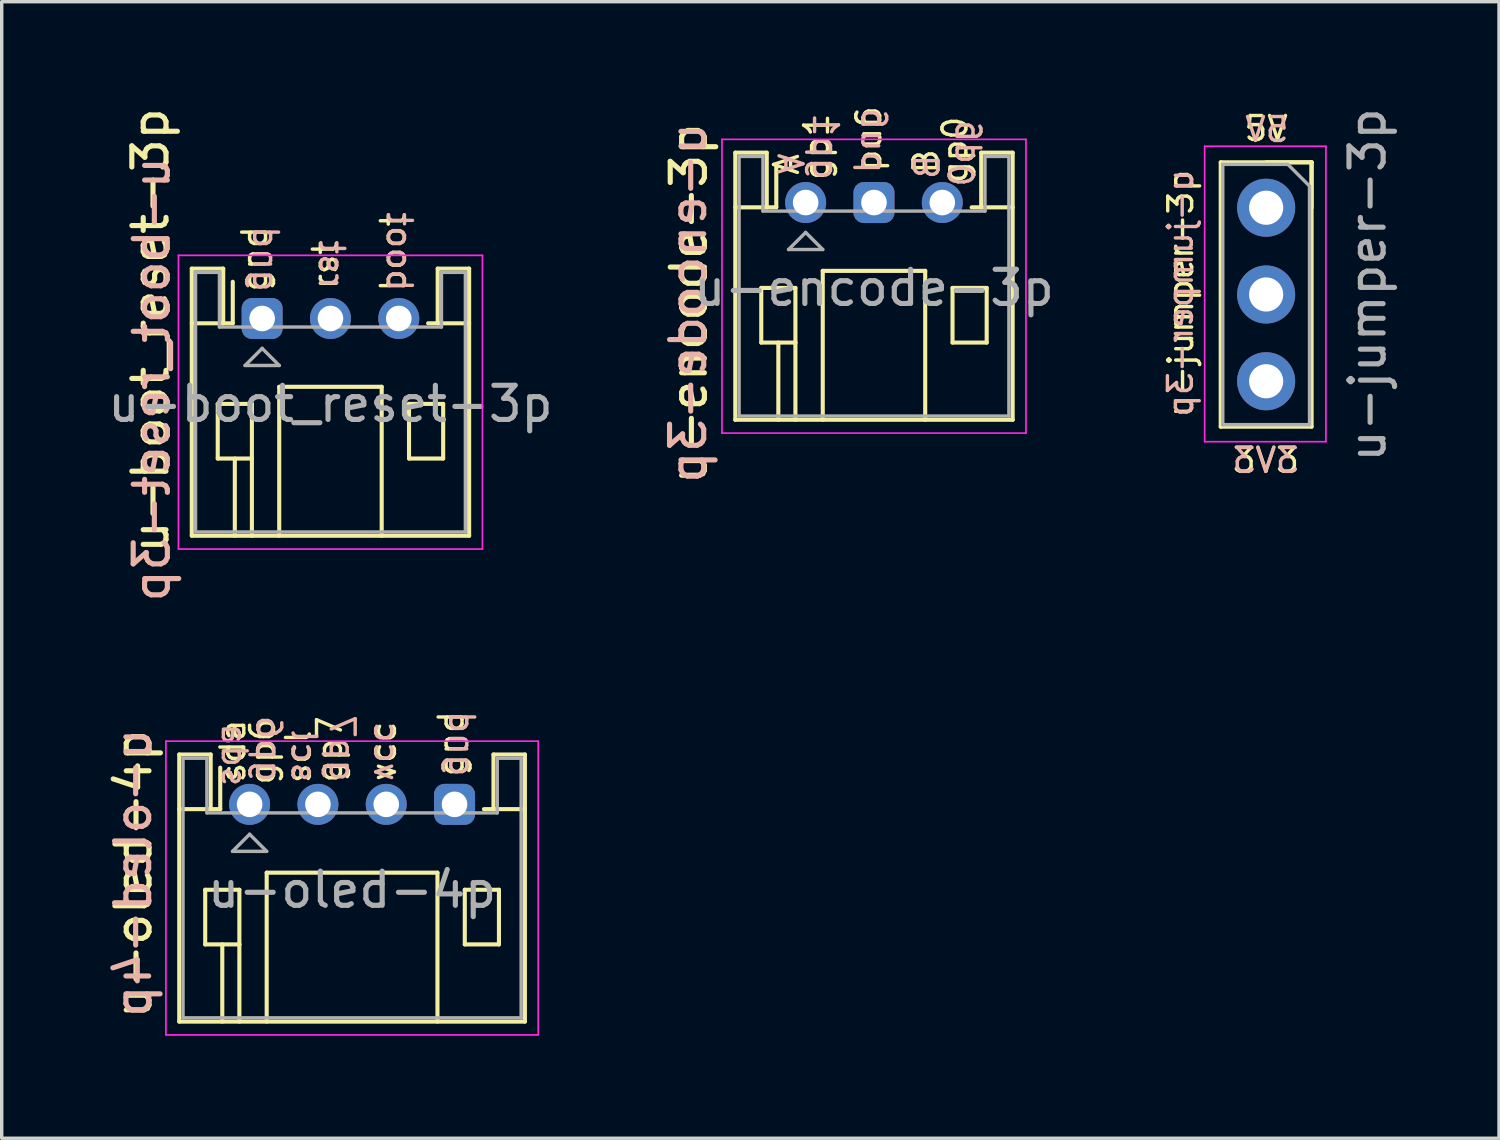
<source format=kicad_pcb>
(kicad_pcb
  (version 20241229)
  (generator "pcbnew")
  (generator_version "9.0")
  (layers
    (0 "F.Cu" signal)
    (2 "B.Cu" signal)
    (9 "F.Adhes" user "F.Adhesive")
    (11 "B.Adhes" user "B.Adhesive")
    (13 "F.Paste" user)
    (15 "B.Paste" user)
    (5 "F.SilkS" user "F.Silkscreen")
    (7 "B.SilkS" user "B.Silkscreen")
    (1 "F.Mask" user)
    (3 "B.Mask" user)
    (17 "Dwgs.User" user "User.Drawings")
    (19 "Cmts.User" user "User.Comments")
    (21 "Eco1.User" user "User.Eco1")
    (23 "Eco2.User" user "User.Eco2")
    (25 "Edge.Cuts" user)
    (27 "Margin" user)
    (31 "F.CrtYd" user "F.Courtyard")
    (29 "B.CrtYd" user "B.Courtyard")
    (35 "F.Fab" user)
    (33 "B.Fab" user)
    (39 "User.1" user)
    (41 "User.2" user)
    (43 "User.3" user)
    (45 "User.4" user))
  (footprint "u-jumper-3p"
    (layer "F.Cu")
    (at 34.02 3.032)
    (property "Reference" "u-jumper-3p" (at -2.5 2.51 270) (layer "F.SilkS") (effects (font (size 0.7 0.7) (thickness 0.1))))
    (attr through_hole)
    (fp_line (start -1.33 -1.33) (end -1.33 6.41) (stroke (width 0.12) (type solid)) (layer "F.SilkS"))
    (fp_line (start -1.33 -1.33) (end 1.33 -1.33) (stroke (width 0.12) (type solid)) (layer "F.SilkS"))
    (fp_line (start -1.33 6.41) (end 1.33 6.41) (stroke (width 0.12) (type solid)) (layer "F.SilkS"))
    (fp_line (start 0 -1.33) (end 1.33 -1.33) (stroke (width 0.12) (type solid)) (layer "F.SilkS"))
    (fp_line (start 1.33 -1.33) (end 1.33 0) (stroke (width 0.12) (type solid)) (layer "F.SilkS"))
    (fp_line (start 1.33 -1.33) (end 1.33 6.41) (stroke (width 0.12) (type solid)) (layer "F.SilkS"))
    (fp_line (start -1.8 -1.8) (end 1.75 -1.8) (stroke (width 0.05) (type solid)) (layer "F.CrtYd"))
    (fp_line (start -1.8 6.85) (end -1.8 -1.8) (stroke (width 0.05) (type solid)) (layer "F.CrtYd"))
    (fp_line (start 1.75 -1.8) (end 1.75 6.85) (stroke (width 0.05) (type solid)) (layer "F.CrtYd"))
    (fp_line (start 1.75 6.85) (end -1.8 6.85) (stroke (width 0.05) (type solid)) (layer "F.CrtYd"))
    (fp_line (start -1.27 -1.27) (end 0.635 -1.27) (stroke (width 0.1) (type solid)) (layer "F.Fab"))
    (fp_line (start -1.27 6.35) (end -1.27 -1.27) (stroke (width 0.1) (type solid)) (layer "F.Fab"))
    (fp_line (start 0.635 -1.27) (end 1.27 -0.635) (stroke (width 0.1) (type solid)) (layer "F.Fab"))
    (fp_line (start 1.27 -0.635) (end 1.27 6.35) (stroke (width 0.1) (type solid)) (layer "F.Fab"))
    (fp_line (start 1.27 6.35) (end -1.27 6.35) (stroke (width 0.1) (type solid)) (layer "F.Fab"))
    (fp_text user "3V3" (at -1.04 7.8 0) (unlocked yes) (layer "F.SilkS") (effects (font (size 0.7 0.7) (thickness 0.1)) (justify left bottom)))
    (fp_text user "5V" (at -0.7 -1.91 0) (unlocked yes) (layer "F.SilkS") (effects (font (size 0.7 0.7) (thickness 0.1)) (justify left bottom)))
    (fp_text user "3V3" (at 1.02 7.81 0) (unlocked yes) (layer "B.SilkS") (effects (font (size 0.7 0.7) (thickness 0.1)) (justify left bottom mirror)))
    (fp_text user "${REFERENCE}" (at -2.51 2.5 90) (layer "B.SilkS") (effects (font (size 0.7 0.7) (thickness 0.1)) (justify mirror)))
    (fp_text user "5V" (at 0.72 -1.88 0) (unlocked yes) (layer "B.SilkS") (effects (font (size 0.7 0.7) (thickness 0.1)) (justify left bottom mirror)))
    (fp_text user "${REFERENCE}" (at 2.97 2.26 270) (layer "F.Fab") (effects (font (size 1 1) (thickness 0.15))))
    (pad "1" thru_hole circle (at 0 0) (size 1.7 1.7) (drill 1) (layers "*.Cu" "*.Mask"))
    (pad "2" thru_hole oval (at 0 2.54) (size 1.7 1.7) (drill 1) (layers "*.Cu" "*.Mask"))
    (pad "3" thru_hole oval (at 0 5.08) (size 1.7 1.7) (drill 1) (layers "*.Cu" "*.Mask")))
  (footprint "u-oled-4p"
    (layer "F.Cu")
    (at 4.258 20.5)
    (property "Reference" "u-oled-4p" (at -3.4 2.04 90) (layer "F.SilkS") (effects (font (size 1 1) (thickness 0.15))))
    (attr through_hole)
    (fp_line (start -2.06 -1.46) (end -2.06 6.36) (stroke (width 0.12) (type solid)) (layer "F.SilkS"))
    (fp_line (start -2.06 0.14) (end -1.14 0.14) (stroke (width 0.12) (type solid)) (layer "F.SilkS"))
    (fp_line (start -2.06 6.36) (end 8.06 6.36) (stroke (width 0.12) (type solid)) (layer "F.SilkS"))
    (fp_line (start -1.3 2.5) (end -1.3 4.1) (stroke (width 0.12) (type solid)) (layer "F.SilkS"))
    (fp_line (start -1.3 4.1) (end -0.3 4.1) (stroke (width 0.12) (type solid)) (layer "F.SilkS"))
    (fp_line (start -1.14 -1.46) (end -2.06 -1.46) (stroke (width 0.12) (type solid)) (layer "F.SilkS"))
    (fp_line (start -1.14 0.14) (end -1.14 -1.46) (stroke (width 0.12) (type solid)) (layer "F.SilkS"))
    (fp_line (start -0.86 0.14) (end -1.14 0.14) (stroke (width 0.12) (type solid)) (layer "F.SilkS"))
    (fp_line (start -0.86 0.14) (end -0.86 -1.075) (stroke (width 0.12) (type solid)) (layer "F.SilkS"))
    (fp_line (start -0.8 4.1) (end -0.8 6.36) (stroke (width 0.12) (type solid)) (layer "F.SilkS"))
    (fp_line (start -0.3 2.5) (end -1.3 2.5) (stroke (width 0.12) (type solid)) (layer "F.SilkS"))
    (fp_line (start -0.3 4.1) (end -0.3 2.5) (stroke (width 0.12) (type solid)) (layer "F.SilkS"))
    (fp_line (start -0.3 4.1) (end -0.3 6.36) (stroke (width 0.12) (type solid)) (layer "F.SilkS"))
    (fp_line (start 0.5 2) (end 5.5 2) (stroke (width 0.12) (type solid)) (layer "F.SilkS"))
    (fp_line (start 0.5 6.36) (end 0.5 2) (stroke (width 0.12) (type solid)) (layer "F.SilkS"))
    (fp_line (start 5.5 2) (end 5.5 6.36) (stroke (width 0.12) (type solid)) (layer "F.SilkS"))
    (fp_line (start 6.3 2.5) (end 7.3 2.5) (stroke (width 0.12) (type solid)) (layer "F.SilkS"))
    (fp_line (start 6.3 4.1) (end 6.3 2.5) (stroke (width 0.12) (type solid)) (layer "F.SilkS"))
    (fp_line (start 7.14 -1.46) (end 7.14 0.14) (stroke (width 0.12) (type solid)) (layer "F.SilkS"))
    (fp_line (start 7.14 0.14) (end 6.86 0.14) (stroke (width 0.12) (type solid)) (layer "F.SilkS"))
    (fp_line (start 7.3 2.5) (end 7.3 4.1) (stroke (width 0.12) (type solid)) (layer "F.SilkS"))
    (fp_line (start 7.3 4.1) (end 6.3 4.1) (stroke (width 0.12) (type solid)) (layer "F.SilkS"))
    (fp_line (start 8.06 -1.46) (end 7.14 -1.46) (stroke (width 0.12) (type solid)) (layer "F.SilkS"))
    (fp_line (start 8.06 0.14) (end 7.14 0.14) (stroke (width 0.12) (type solid)) (layer "F.SilkS"))
    (fp_line (start 8.06 6.36) (end 8.06 -1.46) (stroke (width 0.12) (type solid)) (layer "F.SilkS"))
    (fp_line (start -2.45 -1.85) (end -2.45 6.75) (stroke (width 0.05) (type solid)) (layer "F.CrtYd"))
    (fp_line (start -2.45 6.75) (end 8.45 6.75) (stroke (width 0.05) (type solid)) (layer "F.CrtYd"))
    (fp_line (start 8.45 -1.85) (end -2.45 -1.85) (stroke (width 0.05) (type solid)) (layer "F.CrtYd"))
    (fp_line (start 8.45 6.75) (end 8.45 -1.85) (stroke (width 0.05) (type solid)) (layer "F.CrtYd"))
    (fp_line (start -1.95 -1.35) (end -1.95 6.25) (stroke (width 0.1) (type solid)) (layer "F.Fab"))
    (fp_line (start -1.95 6.25) (end 7.95 6.25) (stroke (width 0.1) (type solid)) (layer "F.Fab"))
    (fp_line (start -1.25 -1.35) (end -1.95 -1.35) (stroke (width 0.1) (type solid)) (layer "F.Fab"))
    (fp_line (start -1.25 0.25) (end -1.25 -1.35) (stroke (width 0.1) (type solid)) (layer "F.Fab"))
    (fp_line (start -0.5 1.375) (end 0.5 1.375) (stroke (width 0.1) (type solid)) (layer "F.Fab"))
    (fp_line (start 0 0.875) (end -0.5 1.375) (stroke (width 0.1) (type solid)) (layer "F.Fab"))
    (fp_line (start 0.5 1.375) (end 0 0.875) (stroke (width 0.1) (type solid)) (layer "F.Fab"))
    (fp_line (start 7.25 -1.35) (end 7.25 0.25) (stroke (width 0.1) (type solid)) (layer "F.Fab"))
    (fp_line (start 7.25 0.25) (end -1.25 0.25) (stroke (width 0.1) (type solid)) (layer "F.Fab"))
    (fp_line (start 7.95 -1.35) (end 7.25 -1.35) (stroke (width 0.1) (type solid)) (layer "F.Fab"))
    (fp_line (start 7.95 6.25) (end 7.95 -1.35) (stroke (width 0.1) (type solid)) (layer "F.Fab"))
    (fp_text user "gnd" (at 6.31 -0.76 90) (unlocked yes) (layer "F.SilkS") (effects (font (size 0.7 0.7) (thickness 0.1)) (justify left bottom)))
    (fp_text user "sda" (at -0.08 -0.58 90) (unlocked yes) (layer "F.SilkS") (effects (font (size 0.7 0.7) (thickness 0.1)) (justify left bottom)))
    (fp_text user "gp6" (at 0.79 -0.52 90) (unlocked yes) (layer "F.SilkS") (effects (font (size 0.7 0.7) (thickness 0.1)) (justify left bottom)))
    (fp_text user "gp7" (at 2.75 -0.58 90) (unlocked yes) (layer "F.SilkS") (effects (font (size 0.7 0.7) (thickness 0.1)) (justify left bottom)))
    (fp_text user "scl" (at 1.84 -0.56 90) (unlocked yes) (layer "F.SilkS") (effects (font (size 0.7 0.7) (thickness 0.1)) (justify left bottom)))
    (fp_text user "vcc" (at 4.33 -0.62 90) (unlocked yes) (layer "F.SilkS") (effects (font (size 0.7 0.7) (thickness 0.1)) (justify left bottom)))
    (fp_text user "scl" (at 1.18 -0.59 270) (unlocked yes) (layer "B.SilkS") (effects (font (size 0.7 0.7) (thickness 0.1)) (justify left bottom mirror)))
    (fp_text user "${REFERENCE}" (at -3.41 2 270) (layer "B.SilkS") (effects (font (size 1 1) (thickness 0.15)) (justify mirror)))
    (fp_text user "gp7" (at 2.3 -0.61 270) (unlocked yes) (layer "B.SilkS") (effects (font (size 0.7 0.7) (thickness 0.1)) (justify left bottom mirror)))
    (fp_text user "vcc" (at 3.6 -0.62 270) (unlocked yes) (layer "B.SilkS") (effects (font (size 0.7 0.7) (thickness 0.1)) (justify left bottom mirror)))
    (fp_text user "gp6" (at 0.15 -0.59 270) (unlocked yes) (layer "B.SilkS") (effects (font (size 0.7 0.7) (thickness 0.1)) (justify left bottom mirror)))
    (fp_text user "sda" (at -0.86 -0.468 270) (unlocked yes) (layer "B.SilkS") (effects (font (size 0.7 0.7) (thickness 0.1)) (justify left bottom mirror)))
    (fp_text user "gnd" (at 5.8 -0.76 270) (unlocked yes) (layer "B.SilkS") (effects (font (size 0.7 0.7) (thickness 0.1)) (justify left bottom mirror)))
    (fp_text user "${REFERENCE}" (at 3 2.5 0) (layer "F.Fab") (effects (font (size 1 1) (thickness 0.15))))
    (pad "1" thru_hole circle (at 0 0) (size 1.2 1.2) (drill 0.75) (layers "*.Cu" "*.Mask"))
    (pad "2" thru_hole circle (at 2 0) (size 1.2 1.2) (drill 0.75) (layers "*.Cu" "*.Mask"))
    (pad "3" thru_hole circle (at 4 0) (size 1.2 1.2) (drill 0.75) (layers "*.Cu" "*.Mask"))
    (pad "4" thru_hole roundrect (at 6 0) (size 1.2 1.2) (drill 0.75) (layers "*.Cu" "*.Mask") (roundrect_rratio 0.25)))
  (footprint "u-encode-3p"
    (layer "F.Cu")
    (at 20.538 2.88)
    (property "Reference" "u-encode-3p" (at -3.42 2.96 270) (layer "F.SilkS") (effects (font (size 1 1) (thickness 0.15))))
    (attr through_hole)
    (fp_line (start -2.06 -1.46) (end -2.06 6.36) (stroke (width 0.12) (type solid)) (layer "F.SilkS"))
    (fp_line (start -2.06 0.14) (end -1.14 0.14) (stroke (width 0.12) (type solid)) (layer "F.SilkS"))
    (fp_line (start -2.06 6.36) (end 6.06 6.36) (stroke (width 0.12) (type solid)) (layer "F.SilkS"))
    (fp_line (start -1.3 2.5) (end -1.3 4.1) (stroke (width 0.12) (type solid)) (layer "F.SilkS"))
    (fp_line (start -1.3 4.1) (end -0.3 4.1) (stroke (width 0.12) (type solid)) (layer "F.SilkS"))
    (fp_line (start -1.14 -1.46) (end -2.06 -1.46) (stroke (width 0.12) (type solid)) (layer "F.SilkS"))
    (fp_line (start -1.14 0.14) (end -1.14 -1.46) (stroke (width 0.12) (type solid)) (layer "F.SilkS"))
    (fp_line (start -0.86 0.14) (end -1.14 0.14) (stroke (width 0.12) (type solid)) (layer "F.SilkS"))
    (fp_line (start -0.86 0.14) (end -0.86 -1.075) (stroke (width 0.12) (type solid)) (layer "F.SilkS"))
    (fp_line (start -0.8 4.1) (end -0.8 6.36) (stroke (width 0.12) (type solid)) (layer "F.SilkS"))
    (fp_line (start -0.3 2.5) (end -1.3 2.5) (stroke (width 0.12) (type solid)) (layer "F.SilkS"))
    (fp_line (start -0.3 4.1) (end -0.3 2.5) (stroke (width 0.12) (type solid)) (layer "F.SilkS"))
    (fp_line (start -0.3 4.1) (end -0.3 6.36) (stroke (width 0.12) (type solid)) (layer "F.SilkS"))
    (fp_line (start 0.5 2) (end 3.5 2) (stroke (width 0.12) (type solid)) (layer "F.SilkS"))
    (fp_line (start 0.5 6.36) (end 0.5 2) (stroke (width 0.12) (type solid)) (layer "F.SilkS"))
    (fp_line (start 3.5 2) (end 3.5 6.36) (stroke (width 0.12) (type solid)) (layer "F.SilkS"))
    (fp_line (start 4.3 2.5) (end 5.3 2.5) (stroke (width 0.12) (type solid)) (layer "F.SilkS"))
    (fp_line (start 4.3 4.1) (end 4.3 2.5) (stroke (width 0.12) (type solid)) (layer "F.SilkS"))
    (fp_line (start 5.14 -1.46) (end 5.14 0.14) (stroke (width 0.12) (type solid)) (layer "F.SilkS"))
    (fp_line (start 5.14 0.14) (end 4.86 0.14) (stroke (width 0.12) (type solid)) (layer "F.SilkS"))
    (fp_line (start 5.3 2.5) (end 5.3 4.1) (stroke (width 0.12) (type solid)) (layer "F.SilkS"))
    (fp_line (start 5.3 4.1) (end 4.3 4.1) (stroke (width 0.12) (type solid)) (layer "F.SilkS"))
    (fp_line (start 6.06 -1.46) (end 5.14 -1.46) (stroke (width 0.12) (type solid)) (layer "F.SilkS"))
    (fp_line (start 6.06 0.14) (end 5.14 0.14) (stroke (width 0.12) (type solid)) (layer "F.SilkS"))
    (fp_line (start 6.06 6.36) (end 6.06 -1.46) (stroke (width 0.12) (type solid)) (layer "F.SilkS"))
    (fp_line (start -2.45 -1.85) (end -2.45 6.75) (stroke (width 0.05) (type solid)) (layer "F.CrtYd"))
    (fp_line (start -2.45 6.75) (end 6.45 6.75) (stroke (width 0.05) (type solid)) (layer "F.CrtYd"))
    (fp_line (start 6.45 -1.85) (end -2.45 -1.85) (stroke (width 0.05) (type solid)) (layer "F.CrtYd"))
    (fp_line (start 6.45 6.75) (end 6.45 -1.85) (stroke (width 0.05) (type solid)) (layer "F.CrtYd"))
    (fp_line (start -1.95 -1.35) (end -1.95 6.25) (stroke (width 0.1) (type solid)) (layer "F.Fab"))
    (fp_line (start -1.95 6.25) (end 5.95 6.25) (stroke (width 0.1) (type solid)) (layer "F.Fab"))
    (fp_line (start -1.25 -1.35) (end -1.95 -1.35) (stroke (width 0.1) (type solid)) (layer "F.Fab"))
    (fp_line (start -1.25 0.25) (end -1.25 -1.35) (stroke (width 0.1) (type solid)) (layer "F.Fab"))
    (fp_line (start -0.5 1.375) (end 0.5 1.375) (stroke (width 0.1) (type solid)) (layer "F.Fab"))
    (fp_line (start 0 0.875) (end -0.5 1.375) (stroke (width 0.1) (type solid)) (layer "F.Fab"))
    (fp_line (start 0.5 1.375) (end 0 0.875) (stroke (width 0.1) (type solid)) (layer "F.Fab"))
    (fp_line (start 5.25 -1.35) (end 5.25 0.25) (stroke (width 0.1) (type solid)) (layer "F.Fab"))
    (fp_line (start 5.25 0.25) (end -1.25 0.25) (stroke (width 0.1) (type solid)) (layer "F.Fab"))
    (fp_line (start 5.95 -1.35) (end 5.25 -1.35) (stroke (width 0.1) (type solid)) (layer "F.Fab"))
    (fp_line (start 5.95 6.25) (end 5.95 -1.35) (stroke (width 0.1) (type solid)) (layer "F.Fab"))
    (fp_text user "A" (at -0.15 -0.75 90) (unlocked yes) (layer "F.SilkS") (effects (font (size 0.7 0.7) (thickness 0.1)) (justify left bottom)))
    (fp_text user "B" (at 3.93 -0.79 90) (unlocked yes) (layer "F.SilkS") (effects (font (size 0.7 0.7) (thickness 0.1)) (justify left bottom)))
    (fp_text user "gnd" (at 1.61 -2.88 270) (unlocked yes) (layer "F.SilkS") (effects (font (size 0.7 0.7) (thickness 0.1)) (justify left bottom)))
    (fp_text user "gp1" (at 0.73 -0.6 90) (unlocked yes) (layer "F.SilkS") (effects (font (size 0.7 0.7) (thickness 0.1)) (justify left bottom)))
    (fp_text user "gp0" (at 4.78 -0.51 90) (unlocked yes) (layer "F.SilkS") (effects (font (size 0.7 0.7) (thickness 0.1)) (justify left bottom)))
    (fp_text user "gp1" (at 0.17 -0.61 270) (unlocked yes) (layer "B.SilkS") (effects (font (size 0.7 0.7) (thickness 0.1)) (justify left bottom mirror)))
    (fp_text user "B" (at 3.97 -1.46 90) (unlocked yes) (layer "B.SilkS") (effects (font (size 0.7 0.7) (thickness 0.1)) (justify left bottom mirror)))
    (fp_text user "${REFERENCE}" (at -3.44 2.94 90) (layer "B.SilkS") (effects (font (size 1 1) (thickness 0.15)) (justify mirror)))
    (fp_text user "gnd" (at 2.23 -2.827 90) (unlocked yes) (layer "B.SilkS") (effects (font (size 0.7 0.7) (thickness 0.1)) (justify left bottom mirror)))
    (fp_text user "A" (at -0.87 -0.77 270) (unlocked yes) (layer "B.SilkS") (effects (font (size 0.7 0.7) (thickness 0.1)) (justify left bottom mirror)))
    (fp_text user "gp0" (at 4.99 -2.47 90) (unlocked yes) (layer "B.SilkS") (effects (font (size 0.7 0.7) (thickness 0.1)) (justify left bottom mirror)))
    (fp_text user "${REFERENCE}" (at 2 2.5 180) (layer "F.Fab") (effects (font (size 1 1) (thickness 0.15))))
    (pad "1" thru_hole circle (at 0 0) (size 1.2 1.2) (drill 0.75) (layers "*.Cu" "*.Mask"))
    (pad "2" thru_hole roundrect (at 2 0) (size 1.2 1.2) (drill 0.75) (layers "*.Cu" "*.Mask") (roundrect_rratio 0.25))
    (pad "3" thru_hole circle (at 4 0) (size 1.2 1.2) (drill 0.75) (layers "*.Cu" "*.Mask")))
  (footprint "u-boot_reset-3p"
    (layer "F.Cu")
    (at 4.625 6.275)
    (property "Reference" "u-boot_reset-3p" (at -3.27 0.35 90) (layer "F.SilkS") (effects (font (size 1 1) (thickness 0.15))))
    (attr through_hole)
    (fp_line (start -2.06 -1.46) (end -2.06 6.36) (stroke (width 0.12) (type solid)) (layer "F.SilkS"))
    (fp_line (start -2.06 0.14) (end -1.14 0.14) (stroke (width 0.12) (type solid)) (layer "F.SilkS"))
    (fp_line (start -2.06 6.36) (end 6.06 6.36) (stroke (width 0.12) (type solid)) (layer "F.SilkS"))
    (fp_line (start -1.3 2.5) (end -1.3 4.1) (stroke (width 0.12) (type solid)) (layer "F.SilkS"))
    (fp_line (start -1.3 4.1) (end -0.3 4.1) (stroke (width 0.12) (type solid)) (layer "F.SilkS"))
    (fp_line (start -1.14 -1.46) (end -2.06 -1.46) (stroke (width 0.12) (type solid)) (layer "F.SilkS"))
    (fp_line (start -1.14 0.14) (end -1.14 -1.46) (stroke (width 0.12) (type solid)) (layer "F.SilkS"))
    (fp_line (start -0.86 0.14) (end -1.14 0.14) (stroke (width 0.12) (type solid)) (layer "F.SilkS"))
    (fp_line (start -0.86 0.14) (end -0.86 -1.075) (stroke (width 0.12) (type solid)) (layer "F.SilkS"))
    (fp_line (start -0.8 4.1) (end -0.8 6.36) (stroke (width 0.12) (type solid)) (layer "F.SilkS"))
    (fp_line (start -0.3 2.5) (end -1.3 2.5) (stroke (width 0.12) (type solid)) (layer "F.SilkS"))
    (fp_line (start -0.3 4.1) (end -0.3 2.5) (stroke (width 0.12) (type solid)) (layer "F.SilkS"))
    (fp_line (start -0.3 4.1) (end -0.3 6.36) (stroke (width 0.12) (type solid)) (layer "F.SilkS"))
    (fp_line (start 0.5 2) (end 3.5 2) (stroke (width 0.12) (type solid)) (layer "F.SilkS"))
    (fp_line (start 0.5 6.36) (end 0.5 2) (stroke (width 0.12) (type solid)) (layer "F.SilkS"))
    (fp_line (start 3.5 2) (end 3.5 6.36) (stroke (width 0.12) (type solid)) (layer "F.SilkS"))
    (fp_line (start 4.3 2.5) (end 5.3 2.5) (stroke (width 0.12) (type solid)) (layer "F.SilkS"))
    (fp_line (start 4.3 4.1) (end 4.3 2.5) (stroke (width 0.12) (type solid)) (layer "F.SilkS"))
    (fp_line (start 5.14 -1.46) (end 5.14 0.14) (stroke (width 0.12) (type solid)) (layer "F.SilkS"))
    (fp_line (start 5.14 0.14) (end 4.86 0.14) (stroke (width 0.12) (type solid)) (layer "F.SilkS"))
    (fp_line (start 5.3 2.5) (end 5.3 4.1) (stroke (width 0.12) (type solid)) (layer "F.SilkS"))
    (fp_line (start 5.3 4.1) (end 4.3 4.1) (stroke (width 0.12) (type solid)) (layer "F.SilkS"))
    (fp_line (start 6.06 -1.46) (end 5.14 -1.46) (stroke (width 0.12) (type solid)) (layer "F.SilkS"))
    (fp_line (start 6.06 0.14) (end 5.14 0.14) (stroke (width 0.12) (type solid)) (layer "F.SilkS"))
    (fp_line (start 6.06 6.36) (end 6.06 -1.46) (stroke (width 0.12) (type solid)) (layer "F.SilkS"))
    (fp_line (start -2.45 -1.85) (end -2.45 6.75) (stroke (width 0.05) (type solid)) (layer "F.CrtYd"))
    (fp_line (start -2.45 6.75) (end 6.45 6.75) (stroke (width 0.05) (type solid)) (layer "F.CrtYd"))
    (fp_line (start 6.45 -1.85) (end -2.45 -1.85) (stroke (width 0.05) (type solid)) (layer "F.CrtYd"))
    (fp_line (start 6.45 6.75) (end 6.45 -1.85) (stroke (width 0.05) (type solid)) (layer "F.CrtYd"))
    (fp_line (start -1.95 -1.35) (end -1.95 6.25) (stroke (width 0.1) (type solid)) (layer "F.Fab"))
    (fp_line (start -1.95 6.25) (end 5.95 6.25) (stroke (width 0.1) (type solid)) (layer "F.Fab"))
    (fp_line (start -1.25 -1.35) (end -1.95 -1.35) (stroke (width 0.1) (type solid)) (layer "F.Fab"))
    (fp_line (start -1.25 0.25) (end -1.25 -1.35) (stroke (width 0.1) (type solid)) (layer "F.Fab"))
    (fp_line (start -0.5 1.375) (end 0.5 1.375) (stroke (width 0.1) (type solid)) (layer "F.Fab"))
    (fp_line (start 0 0.875) (end -0.5 1.375) (stroke (width 0.1) (type solid)) (layer "F.Fab"))
    (fp_line (start 0.5 1.375) (end 0 0.875) (stroke (width 0.1) (type solid)) (layer "F.Fab"))
    (fp_line (start 5.25 -1.35) (end 5.25 0.25) (stroke (width 0.1) (type solid)) (layer "F.Fab"))
    (fp_line (start 5.25 0.25) (end -1.25 0.25) (stroke (width 0.1) (type solid)) (layer "F.Fab"))
    (fp_line (start 5.95 -1.35) (end 5.25 -1.35) (stroke (width 0.1) (type solid)) (layer "F.Fab"))
    (fp_line (start 5.95 6.25) (end 5.95 -1.35) (stroke (width 0.1) (type solid)) (layer "F.Fab"))
    (fp_text user "gnd" (at 0.19 -0.73 90) (unlocked yes) (layer "F.SilkS") (effects (font (size 0.7 0.7) (thickness 0.1)) (justify left bottom)))
    (fp_text user "boot" (at 4.25 -0.73 90) (unlocked yes) (layer "F.SilkS") (effects (font (size 0.7 0.7) (thickness 0.1)) (justify left bottom)))
    (fp_text user "rst" (at 2.26 -0.8 90) (unlocked yes) (layer "F.SilkS") (effects (font (size 0.7 0.7) (thickness 0.1)) (justify left bottom)))
    (fp_text user "boot" (at 3.61 -0.74 270) (unlocked yes) (layer "B.SilkS") (effects (font (size 0.7 0.7) (thickness 0.1)) (justify left bottom mirror)))
    (fp_text user "rst" (at 1.63 -0.82 270) (unlocked yes) (layer "B.SilkS") (effects (font (size 0.7 0.7) (thickness 0.1)) (justify left bottom mirror)))
    (fp_text user "gnd" (at -0.31 -0.73 270) (unlocked yes) (layer "B.SilkS") (effects (font (size 0.7 0.7) (thickness 0.1)) (justify left bottom mirror)))
    (fp_text user "${REFERENCE}" (at -3.23 1.78 270) (layer "B.SilkS") (effects (font (size 1 1) (thickness 0.15)) (justify mirror)))
    (fp_text user "${REFERENCE}" (at 2 2.5 0) (layer "F.Fab") (effects (font (size 1 1) (thickness 0.15))))
    (pad "1" thru_hole roundrect (at 0 0) (size 1.2 1.2) (drill 0.75) (layers "*.Cu" "*.Mask") (roundrect_rratio 0.25))
    (pad "2" thru_hole circle (at 2 0) (size 1.2 1.2) (drill 0.75) (layers "*.Cu" "*.Mask"))
    (pad "3" thru_hole circle (at 4 0) (size 1.2 1.2) (drill 0.75) (layers "*.Cu" "*.Mask")))
  (gr_rect
    (start -3 -3)
    (end 40.838 30.275)
    (stroke (width 0.1) (type default))
    (fill no)
    (layer "Edge.Cuts")))
</source>
